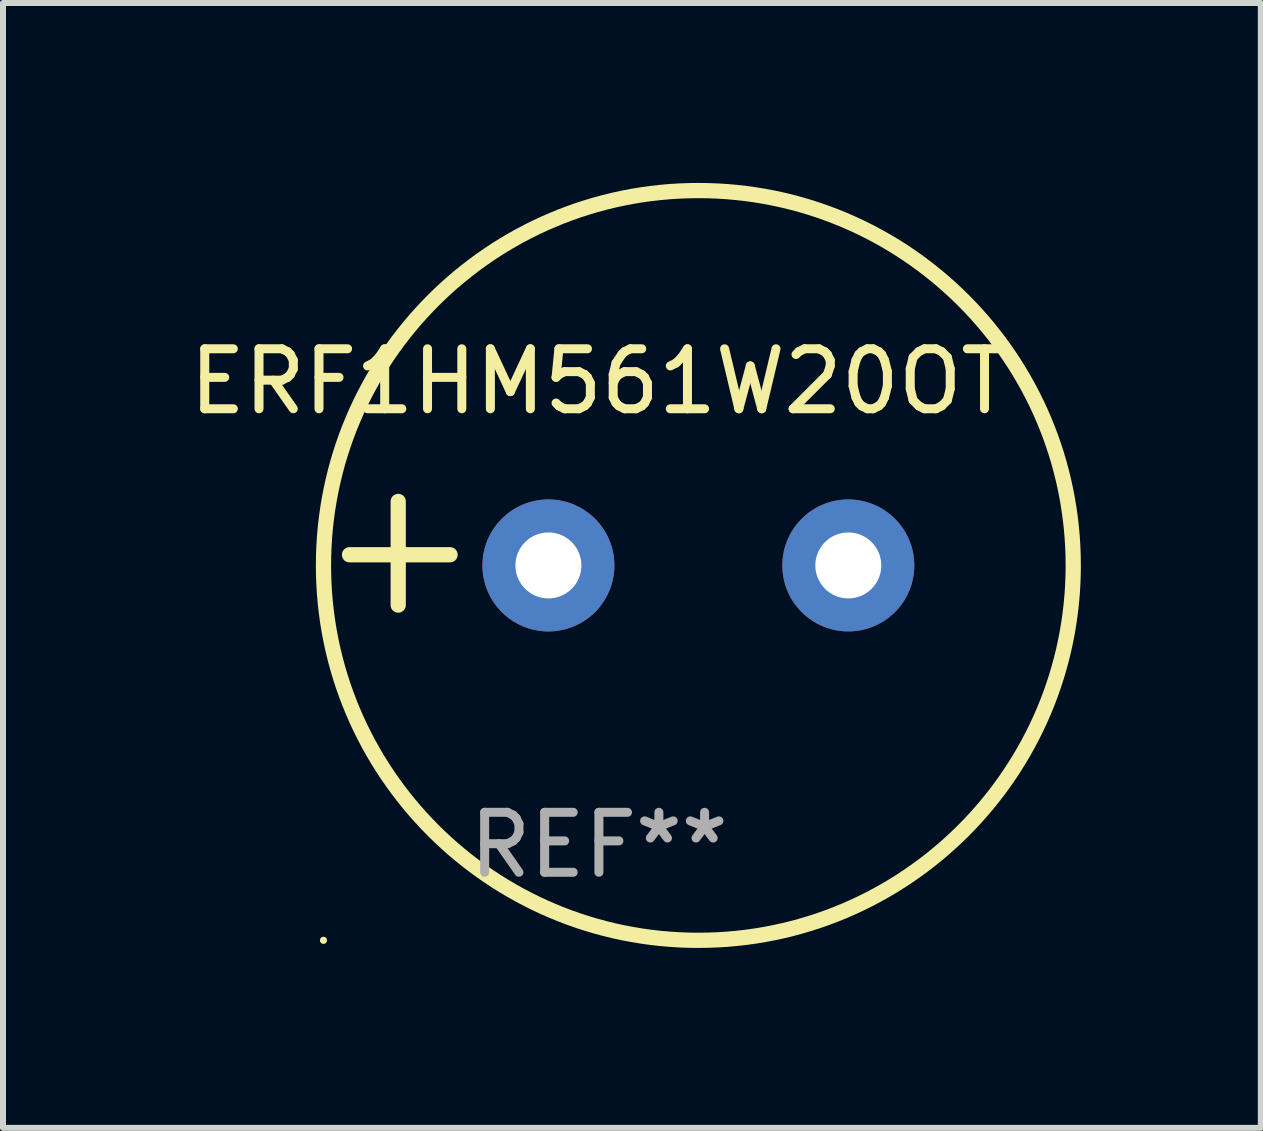
<source format=kicad_pcb>
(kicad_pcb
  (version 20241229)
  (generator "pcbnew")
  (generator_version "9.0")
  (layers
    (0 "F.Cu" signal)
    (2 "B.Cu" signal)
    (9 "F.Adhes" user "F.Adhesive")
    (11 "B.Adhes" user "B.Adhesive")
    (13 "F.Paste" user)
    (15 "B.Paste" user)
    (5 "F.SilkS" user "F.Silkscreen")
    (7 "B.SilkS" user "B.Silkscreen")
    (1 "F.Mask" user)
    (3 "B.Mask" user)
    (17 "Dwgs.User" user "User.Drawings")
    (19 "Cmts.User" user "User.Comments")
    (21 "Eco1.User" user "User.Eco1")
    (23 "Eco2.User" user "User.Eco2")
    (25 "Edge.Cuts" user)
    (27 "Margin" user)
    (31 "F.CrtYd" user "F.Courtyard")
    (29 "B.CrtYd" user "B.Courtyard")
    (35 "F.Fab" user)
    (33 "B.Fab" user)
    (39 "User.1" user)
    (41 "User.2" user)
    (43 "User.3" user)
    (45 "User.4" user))
  (footprint "ERF1HM561W20OT"
    (layer "F.Cu")
    (at 6.935 6.174)
    (property "Reference" "ERF1HM561W20OT" (at 0 -2.864 0) (layer "F.SilkS") (effects (font (size 1 1) (thickness 0.15))))
    (attr through_hole)
    (fp_line (start -3.346 0.864) (end -3.346 -0.864) (stroke (width 0.254) (type solid)) (layer "F.SilkS"))
    (fp_line (start -2.482 0.025) (end -4.158 0.025) (stroke (width 0.254) (type solid)) (layer "F.SilkS"))
    (fp_circle (center -4.592 6.453) (end -4.562 6.453) (stroke (width 0.06) (type solid)) (fill no) (layer "F.SilkS"))
    (fp_circle (center 1.658 0.203) (end 7.908 0.203) (stroke (width 0.254) (type solid)) (fill no) (layer "F.SilkS"))
    (fp_text user "REF**" (at 0 4.864 0) (layer "F.Fab") (effects (font (size 1 1) (thickness 0.15))))
    (pad "1" thru_hole circle (at -0.842 0.203) (size 2.2 2.2) (drill 1.1) (layers "*.Cu" "*.Mask"))
    (pad "2" thru_hole circle (at 4.158 0.203) (size 2.2 2.2) (drill 1.1) (layers "*.Cu" "*.Mask")))
  (gr_rect
    (start -3 -3)
    (end 17.97 15.754)
    (stroke (width 0.1) (type default))
    (fill no)
    (layer "Edge.Cuts")))
</source>
